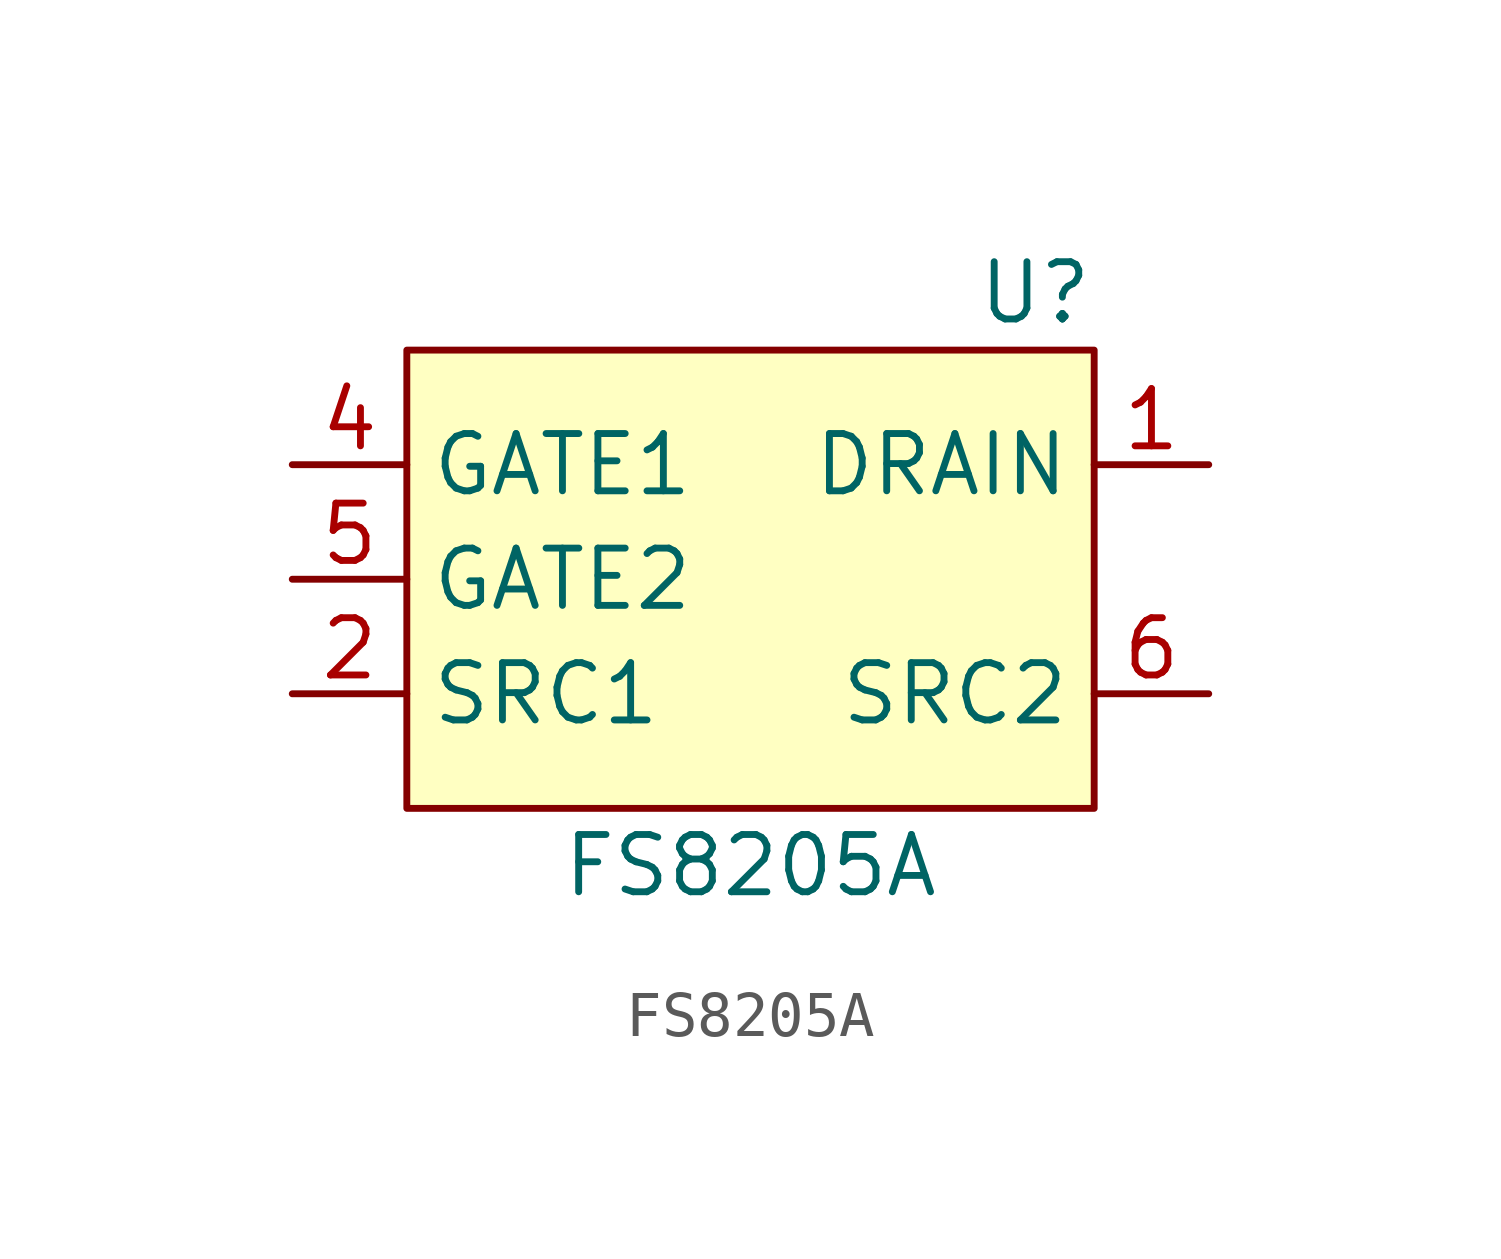
<source format=kicad_sym>
(kicad_symbol_lib
  (version 20241209)
  (generator "kicad_symbol_editor")
  (generator_version "9.0")
  (symbol "FS8205A"
    (property "Reference" "U"
      (at 7.62 6.35 0)
      (effects (font (size 1.27 1.27)) (justify right)))
    (property "Value" "FS8205A"
      (at 0 -6.35 0)
      (effects (font (size 1.27 1.27))))
    (symbol "FS8205A_0_1"
      (rectangle (start -7.62 5.08) (end 7.62 -5.08) (stroke (width 0) (type default)) (fill (type background))))
    (symbol "FS8205A_1_1"
      (pin input line (at -10.16 2.54 0) (length 2.54) (name "GATE1" (effects (font (size 1.27 1.27)))) (number "4" (effects (font (size 1.27 1.27)))))
      (pin input line (at -10.16 0 0) (length 2.54) (name "GATE2" (effects (font (size 1.27 1.27)))) (number "5" (effects (font (size 1.27 1.27)))))
      (pin input line (at -10.16 -2.54 0) (length 2.54) (name "SRC1" (effects (font (size 1.27 1.27)))) (number "2" (effects (font (size 1.27 1.27)))))
      (pin passive line (at -10.16 -2.54 0) (length 2.54) (hide yes) (name "SRC1" (effects (font (size 1.27 1.27)))) (number "3" (effects (font (size 1.27 1.27)))))
      (pin output line (at 10.16 2.54 180) (length 2.54) (name "DRAIN" (effects (font (size 1.27 1.27)))) (number "1" (effects (font (size 1.27 1.27)))))
      (pin passive line (at 10.16 2.54 180) (length 2.54) (hide yes) (name "DRAIN" (effects (font (size 1.27 1.27)))) (number "8" (effects (font (size 1.27 1.27)))))
      (pin input line (at 10.16 -2.54 180) (length 2.54) (name "SRC2" (effects (font (size 1.27 1.27)))) (number "6" (effects (font (size 1.27 1.27)))))
      (pin passive line (at 10.16 -2.54 180) (length 2.54) (hide yes) (name "SRC2" (effects (font (size 1.27 1.27)))) (number "7" (effects (font (size 1.27 1.27))))))))
</source>
